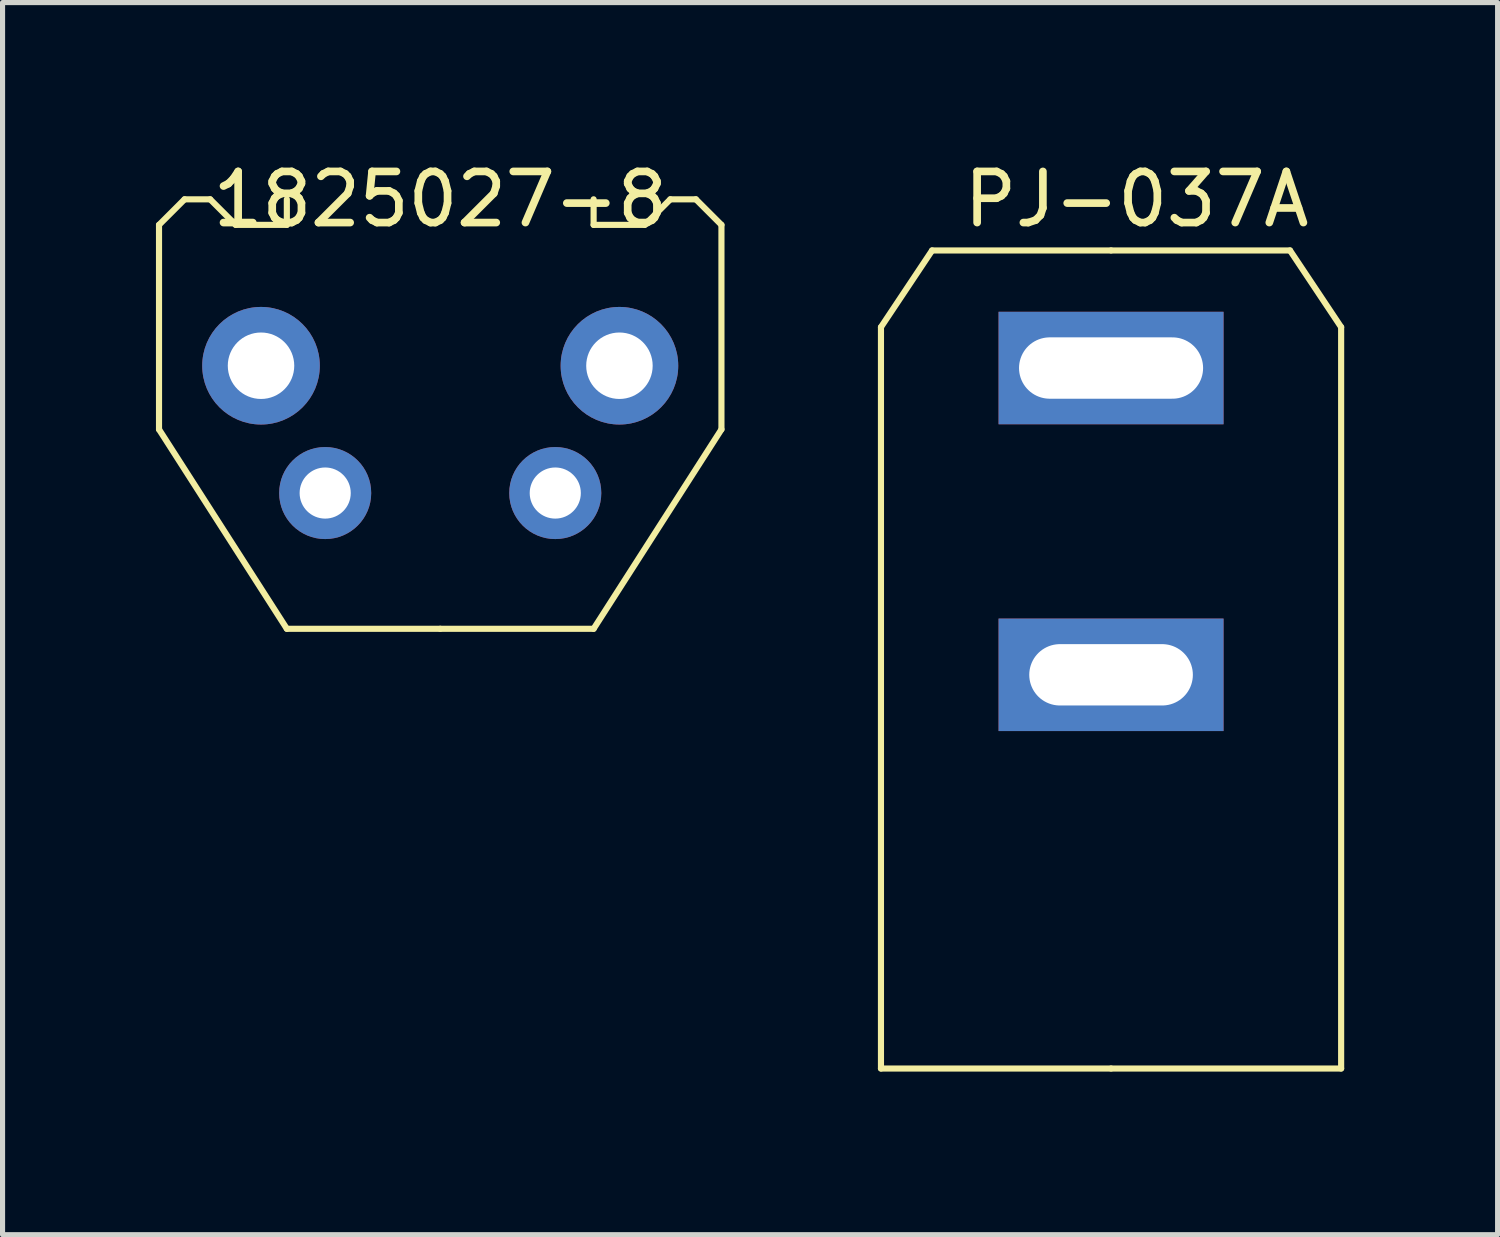
<source format=kicad_pcb>
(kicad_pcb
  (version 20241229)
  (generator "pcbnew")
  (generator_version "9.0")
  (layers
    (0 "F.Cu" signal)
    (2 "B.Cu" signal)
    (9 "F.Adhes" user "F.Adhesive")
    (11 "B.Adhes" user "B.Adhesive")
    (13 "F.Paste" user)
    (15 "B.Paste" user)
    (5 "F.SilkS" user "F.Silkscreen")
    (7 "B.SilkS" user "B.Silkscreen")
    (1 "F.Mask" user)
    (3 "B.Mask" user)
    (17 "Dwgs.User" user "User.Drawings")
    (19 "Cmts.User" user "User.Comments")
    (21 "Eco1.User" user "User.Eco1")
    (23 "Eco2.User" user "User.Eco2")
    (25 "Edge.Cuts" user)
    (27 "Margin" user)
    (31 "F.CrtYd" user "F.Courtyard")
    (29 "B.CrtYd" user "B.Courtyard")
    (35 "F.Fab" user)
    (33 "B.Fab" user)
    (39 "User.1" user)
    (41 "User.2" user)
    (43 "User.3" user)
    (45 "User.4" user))
  (footprint "PJ-037A"
    (layer "F.Cu")
    (at 18.68 17.848)
    (property "Reference" "PJ-037A" (at 0.5 -17 0) (layer "F.SilkS") (effects (font (size 1 1) (thickness 0.15))))
    (attr through_hole)
    (fp_line (start -4.5 -14.5) (end -3.5 -16) (stroke (width 0.12) (type solid)) (layer "F.SilkS"))
    (fp_line (start -4.5 0) (end -4.5 -14.5) (stroke (width 0.12) (type solid)) (layer "F.SilkS"))
    (fp_line (start -3.5 -16) (end 0 -16) (stroke (width 0.12) (type solid)) (layer "F.SilkS"))
    (fp_line (start 0 0) (end -4.5 0) (stroke (width 0.12) (type solid)) (layer "F.SilkS"))
    (fp_line (start 0 0) (end 4.5 0) (stroke (width 0.12) (type solid)) (layer "F.SilkS"))
    (fp_line (start 3.5 -16) (end 0 -16) (stroke (width 0.12) (type solid)) (layer "F.SilkS"))
    (fp_line (start 4.5 -14.5) (end 3.5 -16) (stroke (width 0.12) (type solid)) (layer "F.SilkS"))
    (fp_line (start 4.5 0) (end 4.5 -14.5) (stroke (width 0.12) (type solid)) (layer "F.SilkS"))
    (pad "1" thru_hole rect (at 0 -13.7 90) (size 2.2 4.4) (drill oval 1.2 3.6) (layers "*.Cu" "*.Mask"))
    (pad "2" thru_hole rect (at 0 -7.7 90) (size 2.2 4.4) (drill oval 1.2 3.2) (layers "*.Cu" "*.Mask")))
  (footprint "1825027-8"
    (layer "F.Cu")
    (at 5.56 5.348)
    (property "Reference" "1825027-8" (at 0 -4.5 0) (layer "F.SilkS") (effects (font (size 1 1) (thickness 0.15))))
    (attr through_hole)
    (fp_line (start -5.5 -4) (end -5 -4.5) (stroke (width 0.12) (type solid)) (layer "F.SilkS"))
    (fp_line (start -5.5 0) (end -5.5 -4) (stroke (width 0.12) (type solid)) (layer "F.SilkS"))
    (fp_line (start -5 -4.5) (end -4.5 -4.5) (stroke (width 0.12) (type solid)) (layer "F.SilkS"))
    (fp_line (start -4.5 -4.5) (end -4 -4) (stroke (width 0.12) (type solid)) (layer "F.SilkS"))
    (fp_line (start -4 -4) (end -3 -4) (stroke (width 0.12) (type solid)) (layer "F.SilkS"))
    (fp_line (start -3 -4) (end -3 -4.5) (stroke (width 0.12) (type solid)) (layer "F.SilkS"))
    (fp_line (start -3 3.9) (end -5.5 0) (stroke (width 0.12) (type solid)) (layer "F.SilkS"))
    (fp_line (start -3 3.9) (end 0 3.9) (stroke (width 0.12) (type solid)) (layer "F.SilkS"))
    (fp_line (start 0 3.9) (end 3 3.9) (stroke (width 0.12) (type solid)) (layer "F.SilkS"))
    (fp_line (start 3 -4) (end 3 -4.5) (stroke (width 0.12) (type solid)) (layer "F.SilkS"))
    (fp_line (start 3 3.9) (end 5.5 0) (stroke (width 0.12) (type solid)) (layer "F.SilkS"))
    (fp_line (start 4 -4) (end 3 -4) (stroke (width 0.12) (type solid)) (layer "F.SilkS"))
    (fp_line (start 4.5 -4.5) (end 4 -4) (stroke (width 0.12) (type solid)) (layer "F.SilkS"))
    (fp_line (start 5 -4.5) (end 4.5 -4.5) (stroke (width 0.12) (type solid)) (layer "F.SilkS"))
    (fp_line (start 5.5 -4) (end 5 -4.5) (stroke (width 0.12) (type solid)) (layer "F.SilkS"))
    (fp_line (start 5.5 0) (end 5.5 -4) (stroke (width 0.12) (type solid)) (layer "F.SilkS"))
    (pad "1" thru_hole circle (at -2.25 1.245) (size 1.8 1.8) (drill 1) (layers "*.Cu" "*.Mask"))
    (pad "2" thru_hole circle (at 2.25 1.245) (size 1.8 1.8) (drill 1) (layers "*.Cu" "*.Mask"))
    (pad "M" thru_hole circle (at -3.505 -1.245) (size 2.3 2.3) (drill 1.3) (layers "*.Cu" "*.Mask"))
    (pad "M" thru_hole circle (at 3.505 -1.245) (size 2.3 2.3) (drill 1.3) (layers "*.Cu" "*.Mask")))
  (gr_rect
    (start -3 -3)
    (end 26.24 21.098)
    (stroke (width 0.1) (type default))
    (fill no)
    (layer "Edge.Cuts")))
</source>
